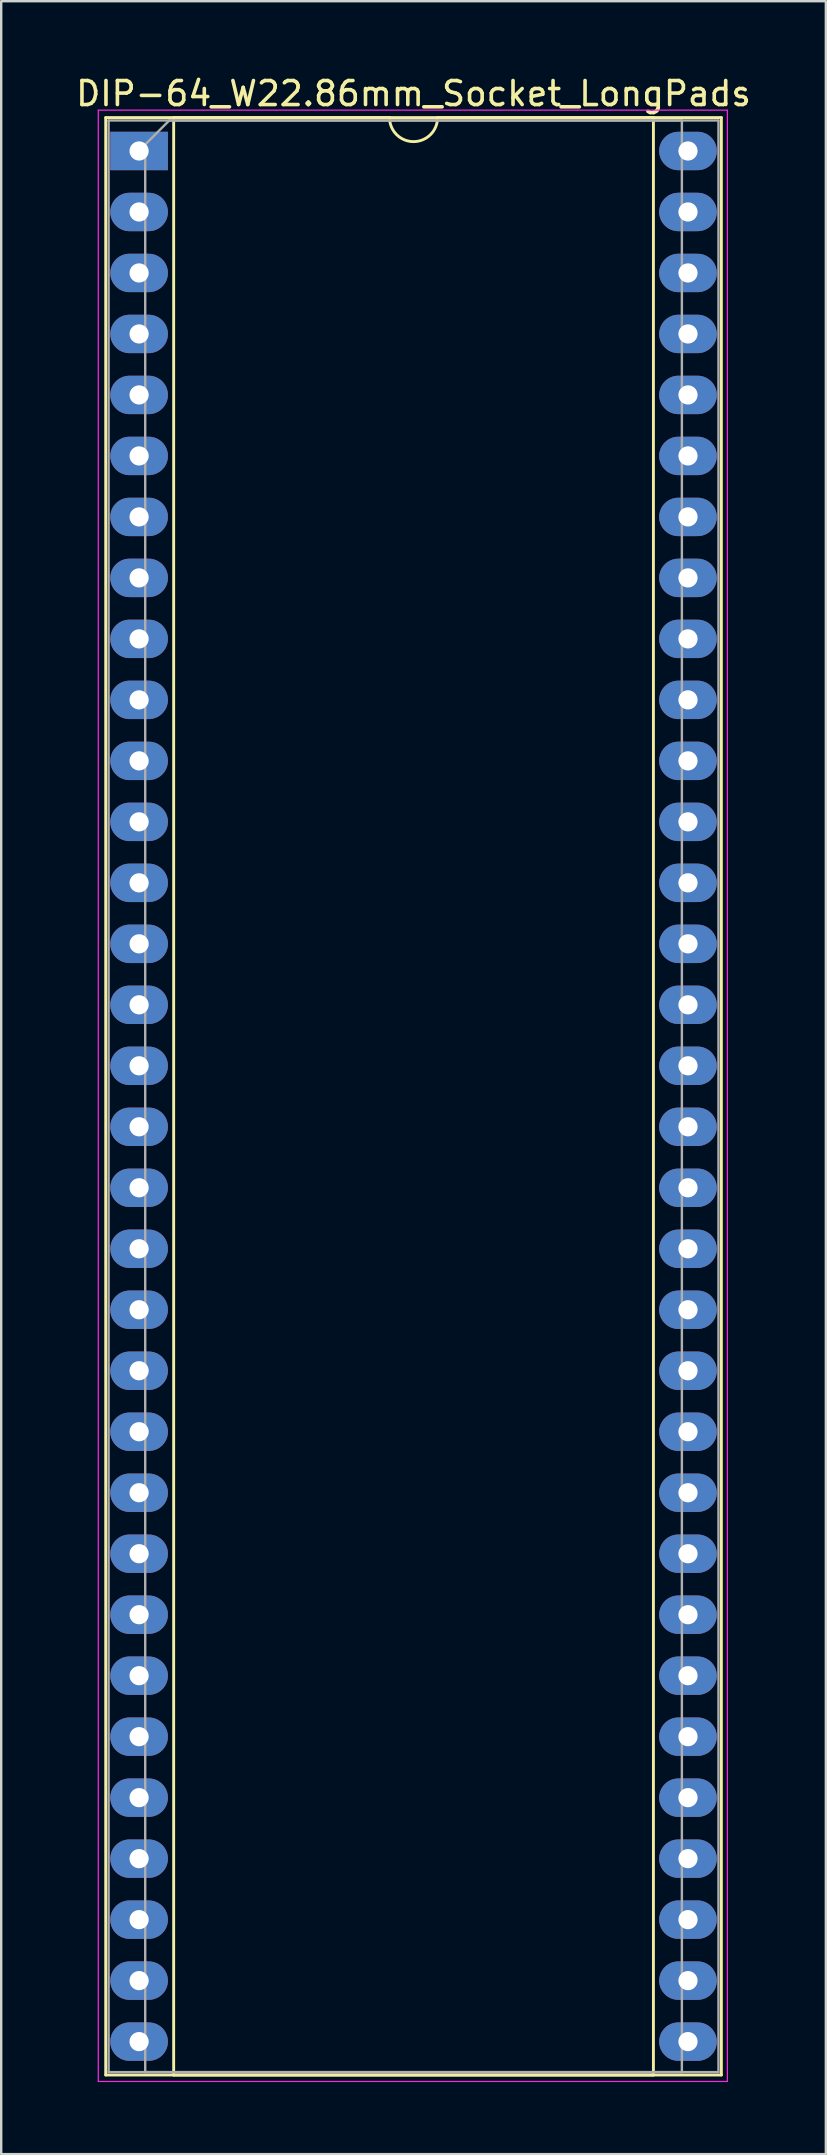
<source format=kicad_pcb>
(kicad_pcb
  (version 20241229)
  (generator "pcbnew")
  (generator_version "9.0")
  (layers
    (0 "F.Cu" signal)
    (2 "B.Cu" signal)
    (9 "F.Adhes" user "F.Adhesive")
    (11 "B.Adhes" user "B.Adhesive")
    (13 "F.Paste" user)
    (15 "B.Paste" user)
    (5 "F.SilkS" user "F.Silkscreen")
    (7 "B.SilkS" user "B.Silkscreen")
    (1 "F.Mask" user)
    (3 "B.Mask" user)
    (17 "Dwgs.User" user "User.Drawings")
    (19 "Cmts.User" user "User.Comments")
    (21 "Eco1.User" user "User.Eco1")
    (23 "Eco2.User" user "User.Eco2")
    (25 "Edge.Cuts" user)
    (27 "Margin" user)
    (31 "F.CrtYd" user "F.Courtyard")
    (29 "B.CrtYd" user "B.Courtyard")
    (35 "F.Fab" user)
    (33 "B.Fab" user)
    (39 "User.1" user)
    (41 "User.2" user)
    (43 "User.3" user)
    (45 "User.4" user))
  (footprint "DIP-64_W22.86mm_Socket_LongPads"
    (layer "F.Cu")
    (at 2.743 3.238)
    (property "Reference" "DIP-64_W22.86mm_Socket_LongPads" (at 11.43 -2.39 0) (layer "F.SilkS") (effects (font (size 1 1) (thickness 0.15))))
    (attr through_hole)
    (fp_line (start -1.39 -1.39) (end -1.39 80.13) (stroke (width 0.12) (type solid)) (layer "F.SilkS"))
    (fp_line (start -1.39 80.13) (end 24.25 80.13) (stroke (width 0.12) (type solid)) (layer "F.SilkS"))
    (fp_line (start 1.44 -1.39) (end 1.44 80.13) (stroke (width 0.12) (type solid)) (layer "F.SilkS"))
    (fp_line (start 1.44 80.13) (end 21.42 80.13) (stroke (width 0.12) (type solid)) (layer "F.SilkS"))
    (fp_line (start 10.43 -1.39) (end 1.44 -1.39) (stroke (width 0.12) (type solid)) (layer "F.SilkS"))
    (fp_line (start 21.42 -1.39) (end 12.43 -1.39) (stroke (width 0.12) (type solid)) (layer "F.SilkS"))
    (fp_line (start 21.42 80.13) (end 21.42 -1.39) (stroke (width 0.12) (type solid)) (layer "F.SilkS"))
    (fp_line (start 24.25 -1.39) (end -1.39 -1.39) (stroke (width 0.12) (type solid)) (layer "F.SilkS"))
    (fp_line (start 24.25 80.13) (end 24.25 -1.39) (stroke (width 0.12) (type solid)) (layer "F.SilkS"))
    (fp_arc (start 12.43 -1.39) (mid 11.43 -0.39) (end 10.43 -1.39) (stroke (width 0.12) (type solid)) (layer "F.SilkS"))
    (fp_line (start -1.7 -1.7) (end -1.7 80.4) (stroke (width 0.05) (type solid)) (layer "F.CrtYd"))
    (fp_line (start -1.7 80.4) (end 24.5 80.4) (stroke (width 0.05) (type solid)) (layer "F.CrtYd"))
    (fp_line (start 24.5 -1.7) (end -1.7 -1.7) (stroke (width 0.05) (type solid)) (layer "F.CrtYd"))
    (fp_line (start 24.5 80.4) (end 24.5 -1.7) (stroke (width 0.05) (type solid)) (layer "F.CrtYd"))
    (fp_line (start -1.27 -1.27) (end -1.27 80.01) (stroke (width 0.1) (type solid)) (layer "F.Fab"))
    (fp_line (start -1.27 80.01) (end 24.13 80.01) (stroke (width 0.1) (type solid)) (layer "F.Fab"))
    (fp_line (start 0.255 -0.27) (end 1.255 -1.27) (stroke (width 0.1) (type solid)) (layer "F.Fab"))
    (fp_line (start 0.255 80.01) (end 0.255 -0.27) (stroke (width 0.1) (type solid)) (layer "F.Fab"))
    (fp_line (start 1.255 -1.27) (end 22.605 -1.27) (stroke (width 0.1) (type solid)) (layer "F.Fab"))
    (fp_line (start 22.605 -1.27) (end 22.605 80.01) (stroke (width 0.1) (type solid)) (layer "F.Fab"))
    (fp_line (start 22.605 80.01) (end 0.255 80.01) (stroke (width 0.1) (type solid)) (layer "F.Fab"))
    (fp_line (start 24.13 -1.27) (end -1.27 -1.27) (stroke (width 0.1) (type solid)) (layer "F.Fab"))
    (fp_line (start 24.13 80.01) (end 24.13 -1.27) (stroke (width 0.1) (type solid)) (layer "F.Fab"))
    (pad "1" thru_hole rect (at 0 0) (size 2.4 1.6) (drill 0.8) (layers "*.Cu" "*.Mask"))
    (pad "2" thru_hole oval (at 0 2.54) (size 2.4 1.6) (drill 0.8) (layers "*.Cu" "*.Mask"))
    (pad "3" thru_hole oval (at 0 5.08) (size 2.4 1.6) (drill 0.8) (layers "*.Cu" "*.Mask"))
    (pad "4" thru_hole oval (at 0 7.62) (size 2.4 1.6) (drill 0.8) (layers "*.Cu" "*.Mask"))
    (pad "5" thru_hole oval (at 0 10.16) (size 2.4 1.6) (drill 0.8) (layers "*.Cu" "*.Mask"))
    (pad "6" thru_hole oval (at 0 12.7) (size 2.4 1.6) (drill 0.8) (layers "*.Cu" "*.Mask"))
    (pad "7" thru_hole oval (at 0 15.24) (size 2.4 1.6) (drill 0.8) (layers "*.Cu" "*.Mask"))
    (pad "8" thru_hole oval (at 0 17.78) (size 2.4 1.6) (drill 0.8) (layers "*.Cu" "*.Mask"))
    (pad "9" thru_hole oval (at 0 20.32) (size 2.4 1.6) (drill 0.8) (layers "*.Cu" "*.Mask"))
    (pad "10" thru_hole oval (at 0 22.86) (size 2.4 1.6) (drill 0.8) (layers "*.Cu" "*.Mask"))
    (pad "11" thru_hole oval (at 0 25.4) (size 2.4 1.6) (drill 0.8) (layers "*.Cu" "*.Mask"))
    (pad "12" thru_hole oval (at 0 27.94) (size 2.4 1.6) (drill 0.8) (layers "*.Cu" "*.Mask"))
    (pad "13" thru_hole oval (at 0 30.48) (size 2.4 1.6) (drill 0.8) (layers "*.Cu" "*.Mask"))
    (pad "14" thru_hole oval (at 0 33.02) (size 2.4 1.6) (drill 0.8) (layers "*.Cu" "*.Mask"))
    (pad "15" thru_hole oval (at 0 35.56) (size 2.4 1.6) (drill 0.8) (layers "*.Cu" "*.Mask"))
    (pad "16" thru_hole oval (at 0 38.1) (size 2.4 1.6) (drill 0.8) (layers "*.Cu" "*.Mask"))
    (pad "17" thru_hole oval (at 0 40.64) (size 2.4 1.6) (drill 0.8) (layers "*.Cu" "*.Mask"))
    (pad "18" thru_hole oval (at 0 43.18) (size 2.4 1.6) (drill 0.8) (layers "*.Cu" "*.Mask"))
    (pad "19" thru_hole oval (at 0 45.72) (size 2.4 1.6) (drill 0.8) (layers "*.Cu" "*.Mask"))
    (pad "20" thru_hole oval (at 0 48.26) (size 2.4 1.6) (drill 0.8) (layers "*.Cu" "*.Mask"))
    (pad "21" thru_hole oval (at 0 50.8) (size 2.4 1.6) (drill 0.8) (layers "*.Cu" "*.Mask"))
    (pad "22" thru_hole oval (at 0 53.34) (size 2.4 1.6) (drill 0.8) (layers "*.Cu" "*.Mask"))
    (pad "23" thru_hole oval (at 0 55.88) (size 2.4 1.6) (drill 0.8) (layers "*.Cu" "*.Mask"))
    (pad "24" thru_hole oval (at 0 58.42) (size 2.4 1.6) (drill 0.8) (layers "*.Cu" "*.Mask"))
    (pad "25" thru_hole oval (at 0 60.96) (size 2.4 1.6) (drill 0.8) (layers "*.Cu" "*.Mask"))
    (pad "26" thru_hole oval (at 0 63.5) (size 2.4 1.6) (drill 0.8) (layers "*.Cu" "*.Mask"))
    (pad "27" thru_hole oval (at 0 66.04) (size 2.4 1.6) (drill 0.8) (layers "*.Cu" "*.Mask"))
    (pad "28" thru_hole oval (at 0 68.58) (size 2.4 1.6) (drill 0.8) (layers "*.Cu" "*.Mask"))
    (pad "29" thru_hole oval (at 0 71.12) (size 2.4 1.6) (drill 0.8) (layers "*.Cu" "*.Mask"))
    (pad "30" thru_hole oval (at 0 73.66) (size 2.4 1.6) (drill 0.8) (layers "*.Cu" "*.Mask"))
    (pad "31" thru_hole oval (at 0 76.2) (size 2.4 1.6) (drill 0.8) (layers "*.Cu" "*.Mask"))
    (pad "32" thru_hole oval (at 0 78.74) (size 2.4 1.6) (drill 0.8) (layers "*.Cu" "*.Mask"))
    (pad "33" thru_hole oval (at 22.86 78.74) (size 2.4 1.6) (drill 0.8) (layers "*.Cu" "*.Mask"))
    (pad "34" thru_hole oval (at 22.86 76.2) (size 2.4 1.6) (drill 0.8) (layers "*.Cu" "*.Mask"))
    (pad "35" thru_hole oval (at 22.86 73.66) (size 2.4 1.6) (drill 0.8) (layers "*.Cu" "*.Mask"))
    (pad "36" thru_hole oval (at 22.86 71.12) (size 2.4 1.6) (drill 0.8) (layers "*.Cu" "*.Mask"))
    (pad "37" thru_hole oval (at 22.86 68.58) (size 2.4 1.6) (drill 0.8) (layers "*.Cu" "*.Mask"))
    (pad "38" thru_hole oval (at 22.86 66.04) (size 2.4 1.6) (drill 0.8) (layers "*.Cu" "*.Mask"))
    (pad "39" thru_hole oval (at 22.86 63.5) (size 2.4 1.6) (drill 0.8) (layers "*.Cu" "*.Mask"))
    (pad "40" thru_hole oval (at 22.86 60.96) (size 2.4 1.6) (drill 0.8) (layers "*.Cu" "*.Mask"))
    (pad "41" thru_hole oval (at 22.86 58.42) (size 2.4 1.6) (drill 0.8) (layers "*.Cu" "*.Mask"))
    (pad "42" thru_hole oval (at 22.86 55.88) (size 2.4 1.6) (drill 0.8) (layers "*.Cu" "*.Mask"))
    (pad "43" thru_hole oval (at 22.86 53.34) (size 2.4 1.6) (drill 0.8) (layers "*.Cu" "*.Mask"))
    (pad "44" thru_hole oval (at 22.86 50.8) (size 2.4 1.6) (drill 0.8) (layers "*.Cu" "*.Mask"))
    (pad "45" thru_hole oval (at 22.86 48.26) (size 2.4 1.6) (drill 0.8) (layers "*.Cu" "*.Mask"))
    (pad "46" thru_hole oval (at 22.86 45.72) (size 2.4 1.6) (drill 0.8) (layers "*.Cu" "*.Mask"))
    (pad "47" thru_hole oval (at 22.86 43.18) (size 2.4 1.6) (drill 0.8) (layers "*.Cu" "*.Mask"))
    (pad "48" thru_hole oval (at 22.86 40.64) (size 2.4 1.6) (drill 0.8) (layers "*.Cu" "*.Mask"))
    (pad "49" thru_hole oval (at 22.86 38.1) (size 2.4 1.6) (drill 0.8) (layers "*.Cu" "*.Mask"))
    (pad "50" thru_hole oval (at 22.86 35.56) (size 2.4 1.6) (drill 0.8) (layers "*.Cu" "*.Mask"))
    (pad "51" thru_hole oval (at 22.86 33.02) (size 2.4 1.6) (drill 0.8) (layers "*.Cu" "*.Mask"))
    (pad "52" thru_hole oval (at 22.86 30.48) (size 2.4 1.6) (drill 0.8) (layers "*.Cu" "*.Mask"))
    (pad "53" thru_hole oval (at 22.86 27.94) (size 2.4 1.6) (drill 0.8) (layers "*.Cu" "*.Mask"))
    (pad "54" thru_hole oval (at 22.86 25.4) (size 2.4 1.6) (drill 0.8) (layers "*.Cu" "*.Mask"))
    (pad "55" thru_hole oval (at 22.86 22.86) (size 2.4 1.6) (drill 0.8) (layers "*.Cu" "*.Mask"))
    (pad "56" thru_hole oval (at 22.86 20.32) (size 2.4 1.6) (drill 0.8) (layers "*.Cu" "*.Mask"))
    (pad "57" thru_hole oval (at 22.86 17.78) (size 2.4 1.6) (drill 0.8) (layers "*.Cu" "*.Mask"))
    (pad "58" thru_hole oval (at 22.86 15.24) (size 2.4 1.6) (drill 0.8) (layers "*.Cu" "*.Mask"))
    (pad "59" thru_hole oval (at 22.86 12.7) (size 2.4 1.6) (drill 0.8) (layers "*.Cu" "*.Mask"))
    (pad "60" thru_hole oval (at 22.86 10.16) (size 2.4 1.6) (drill 0.8) (layers "*.Cu" "*.Mask"))
    (pad "61" thru_hole oval (at 22.86 7.62) (size 2.4 1.6) (drill 0.8) (layers "*.Cu" "*.Mask"))
    (pad "62" thru_hole oval (at 22.86 5.08) (size 2.4 1.6) (drill 0.8) (layers "*.Cu" "*.Mask"))
    (pad "63" thru_hole oval (at 22.86 2.54) (size 2.4 1.6) (drill 0.8) (layers "*.Cu" "*.Mask"))
    (pad "64" thru_hole oval (at 22.86 0) (size 2.4 1.6) (drill 0.8) (layers "*.Cu" "*.Mask")))
  (gr_rect
    (start -3 -3)
    (end 31.345 86.663)
    (stroke (width 0.1) (type default))
    (fill no)
    (layer "Edge.Cuts")))
</source>
